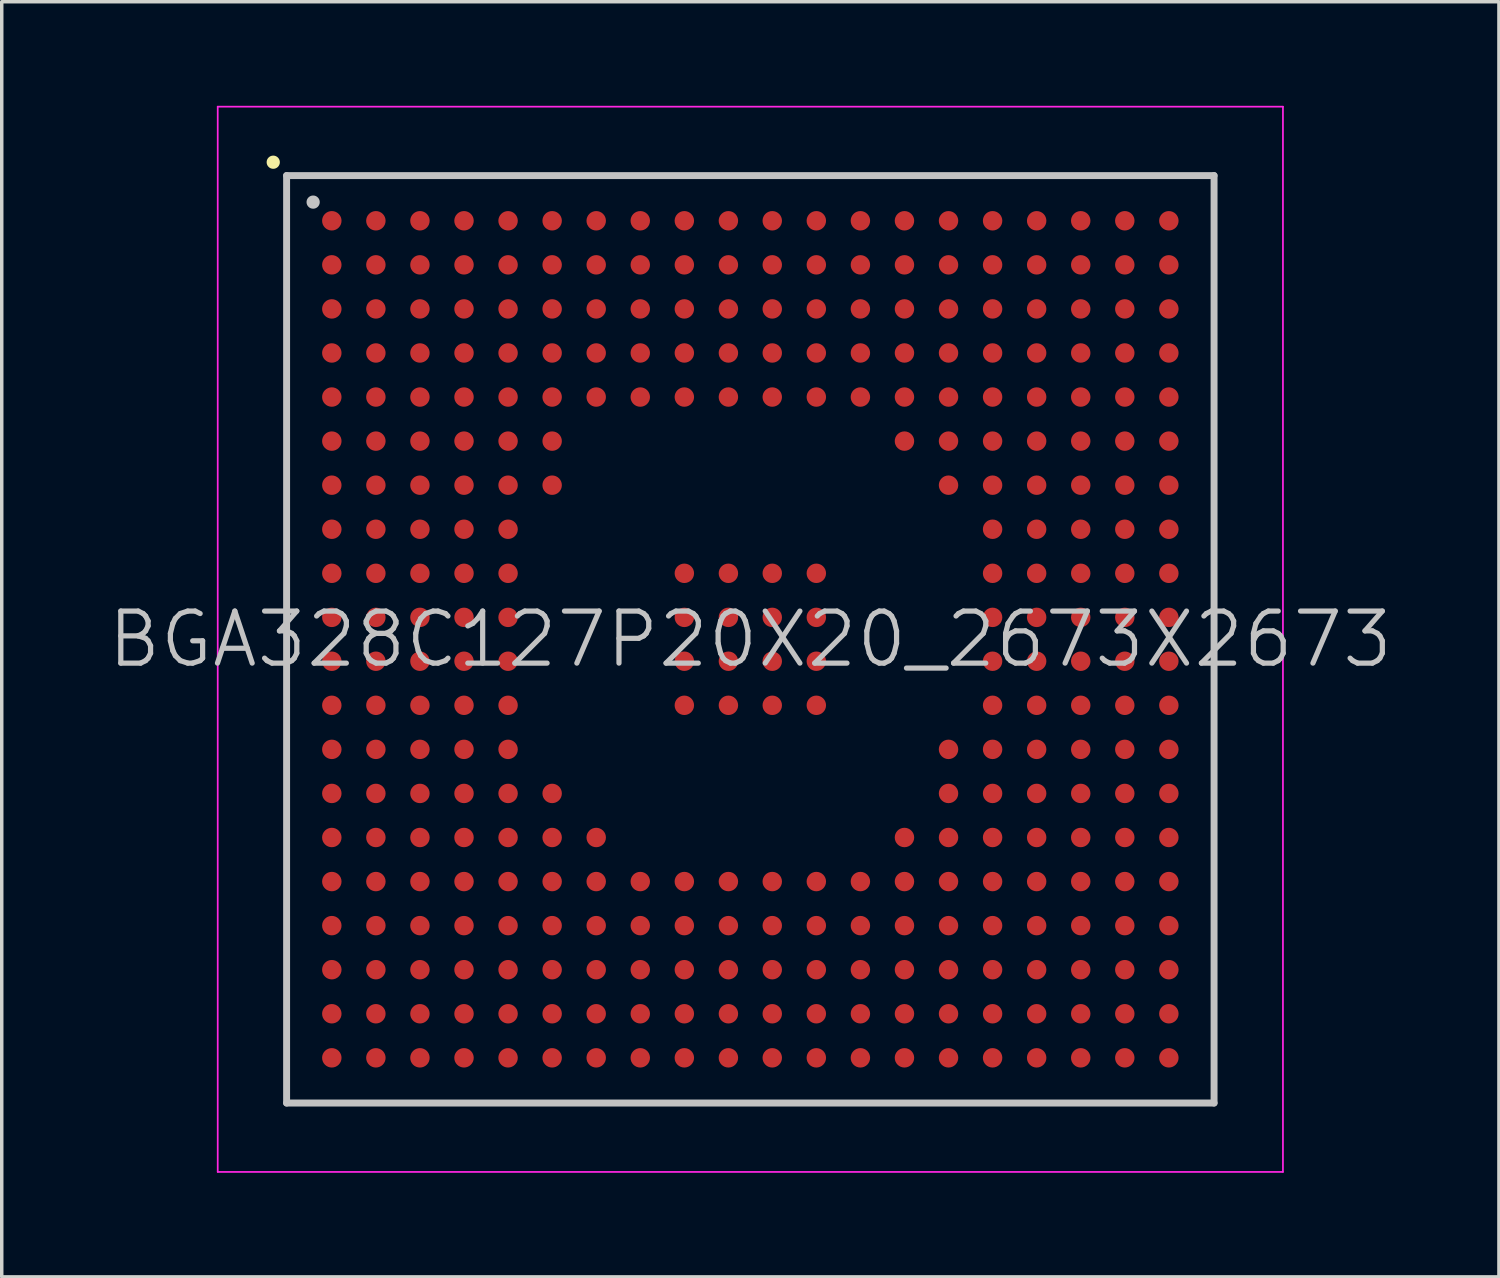
<source format=kicad_pcb>
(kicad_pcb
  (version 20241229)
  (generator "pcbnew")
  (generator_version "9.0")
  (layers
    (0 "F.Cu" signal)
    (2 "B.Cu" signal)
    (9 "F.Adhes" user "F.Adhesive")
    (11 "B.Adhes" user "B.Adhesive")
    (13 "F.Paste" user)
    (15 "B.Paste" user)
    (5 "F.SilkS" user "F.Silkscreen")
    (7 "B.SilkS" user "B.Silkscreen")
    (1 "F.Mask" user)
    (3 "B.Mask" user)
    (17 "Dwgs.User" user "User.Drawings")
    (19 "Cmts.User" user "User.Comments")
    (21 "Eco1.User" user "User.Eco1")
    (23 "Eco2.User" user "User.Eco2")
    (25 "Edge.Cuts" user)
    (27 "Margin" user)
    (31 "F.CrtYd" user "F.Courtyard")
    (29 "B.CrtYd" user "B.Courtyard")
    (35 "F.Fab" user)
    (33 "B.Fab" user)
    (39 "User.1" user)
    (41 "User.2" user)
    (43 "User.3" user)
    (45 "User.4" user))
  (footprint "BGA328C127P20X20_2673X2673"
    (layer "F.Cu")
    (at 18.575 15.375)
    (property "Reference" "BGA328C127P20X20_2673X2673" (at 0 0 0) (layer "Dwgs.User") (effects (font (size 1.5 1.5) (thickness 0.15))))
    (attr smd)
    (fp_line (start -13.75 -13.75) (end -13.75 -13.75) (stroke (width 0.381) (type solid)) (layer "F.SilkS"))
    (fp_line (start -13.365 -13.365) (end -13.365 13.365) (stroke (width 0.2) (type solid)) (layer "Dwgs.User"))
    (fp_line (start -13.365 -13.365) (end 13.365 -13.365) (stroke (width 0.2) (type solid)) (layer "Dwgs.User"))
    (fp_line (start -13.365 13.365) (end 13.365 13.365) (stroke (width 0.2) (type solid)) (layer "Dwgs.User"))
    (fp_line (start -12.6 -12.6) (end -12.6 -12.6) (stroke (width 0.381) (type solid)) (layer "Dwgs.User"))
    (fp_line (start 13.365 -13.365) (end 13.365 13.365) (stroke (width 0.2) (type solid)) (layer "Dwgs.User"))
    (fp_line (start -15.35 -15.35) (end -15.35 15.35) (stroke (width 0.05) (type solid)) (layer "F.CrtYd"))
    (fp_line (start -15.35 -15.35) (end 15.35 -15.35) (stroke (width 0.05) (type solid)) (layer "F.CrtYd"))
    (fp_line (start -15.35 15.35) (end 15.35 15.35) (stroke (width 0.05) (type solid)) (layer "F.CrtYd"))
    (fp_line (start 15.35 -15.35) (end 15.35 15.35) (stroke (width 0.05) (type solid)) (layer "F.CrtYd"))
    (pad "A1" smd circle (at -12.062 -12.062 270) (size 0.56 0.56) (layers "F.Cu" "F.Mask" "F.Paste"))
    (pad "A2" smd circle (at -10.792 -12.062 270) (size 0.56 0.56) (layers "F.Cu" "F.Mask" "F.Paste"))
    (pad "A3" smd circle (at -9.522 -12.062 270) (size 0.56 0.56) (layers "F.Cu" "F.Mask" "F.Paste"))
    (pad "A4" smd circle (at -8.252 -12.062 270) (size 0.56 0.56) (layers "F.Cu" "F.Mask" "F.Paste"))
    (pad "A5" smd circle (at -6.982 -12.062 270) (size 0.56 0.56) (layers "F.Cu" "F.Mask" "F.Paste"))
    (pad "A6" smd circle (at -5.712 -12.062 270) (size 0.56 0.56) (layers "F.Cu" "F.Mask" "F.Paste"))
    (pad "A7" smd circle (at -4.442 -12.062 270) (size 0.56 0.56) (layers "F.Cu" "F.Mask" "F.Paste"))
    (pad "A8" smd circle (at -3.172 -12.062 270) (size 0.56 0.56) (layers "F.Cu" "F.Mask" "F.Paste"))
    (pad "A9" smd circle (at -1.902 -12.062 270) (size 0.56 0.56) (layers "F.Cu" "F.Mask" "F.Paste"))
    (pad "A10" smd circle (at -0.632 -12.062 270) (size 0.56 0.56) (layers "F.Cu" "F.Mask" "F.Paste"))
    (pad "A11" smd circle (at 0.632 -12.062 270) (size 0.56 0.56) (layers "F.Cu" "F.Mask" "F.Paste"))
    (pad "A12" smd circle (at 1.902 -12.062 270) (size 0.56 0.56) (layers "F.Cu" "F.Mask" "F.Paste"))
    (pad "A13" smd circle (at 3.172 -12.062 270) (size 0.56 0.56) (layers "F.Cu" "F.Mask" "F.Paste"))
    (pad "A14" smd circle (at 4.442 -12.062 270) (size 0.56 0.56) (layers "F.Cu" "F.Mask" "F.Paste"))
    (pad "A15" smd circle (at 5.712 -12.062 270) (size 0.56 0.56) (layers "F.Cu" "F.Mask" "F.Paste"))
    (pad "A16" smd circle (at 6.982 -12.062 270) (size 0.56 0.56) (layers "F.Cu" "F.Mask" "F.Paste"))
    (pad "A17" smd circle (at 8.252 -12.062 270) (size 0.56 0.56) (layers "F.Cu" "F.Mask" "F.Paste"))
    (pad "A18" smd circle (at 9.522 -12.062 270) (size 0.56 0.56) (layers "F.Cu" "F.Mask" "F.Paste"))
    (pad "A19" smd circle (at 10.792 -12.062 270) (size 0.56 0.56) (layers "F.Cu" "F.Mask" "F.Paste"))
    (pad "A20" smd circle (at 12.062 -12.062 270) (size 0.56 0.56) (layers "F.Cu" "F.Mask" "F.Paste"))
    (pad "B1" smd circle (at -12.062 -10.792 270) (size 0.56 0.56) (layers "F.Cu" "F.Mask" "F.Paste"))
    (pad "B2" smd circle (at -10.792 -10.792 270) (size 0.56 0.56) (layers "F.Cu" "F.Mask" "F.Paste"))
    (pad "B3" smd circle (at -9.522 -10.792 270) (size 0.56 0.56) (layers "F.Cu" "F.Mask" "F.Paste"))
    (pad "B4" smd circle (at -8.252 -10.792 270) (size 0.56 0.56) (layers "F.Cu" "F.Mask" "F.Paste"))
    (pad "B5" smd circle (at -6.982 -10.792 270) (size 0.56 0.56) (layers "F.Cu" "F.Mask" "F.Paste"))
    (pad "B6" smd circle (at -5.712 -10.792 270) (size 0.56 0.56) (layers "F.Cu" "F.Mask" "F.Paste"))
    (pad "B7" smd circle (at -4.442 -10.792 270) (size 0.56 0.56) (layers "F.Cu" "F.Mask" "F.Paste"))
    (pad "B8" smd circle (at -3.172 -10.792 270) (size 0.56 0.56) (layers "F.Cu" "F.Mask" "F.Paste"))
    (pad "B9" smd circle (at -1.902 -10.792 270) (size 0.56 0.56) (layers "F.Cu" "F.Mask" "F.Paste"))
    (pad "B10" smd circle (at -0.632 -10.792 270) (size 0.56 0.56) (layers "F.Cu" "F.Mask" "F.Paste"))
    (pad "B11" smd circle (at 0.632 -10.792 270) (size 0.56 0.56) (layers "F.Cu" "F.Mask" "F.Paste"))
    (pad "B12" smd circle (at 1.902 -10.792 270) (size 0.56 0.56) (layers "F.Cu" "F.Mask" "F.Paste"))
    (pad "B13" smd circle (at 3.172 -10.792 270) (size 0.56 0.56) (layers "F.Cu" "F.Mask" "F.Paste"))
    (pad "B14" smd circle (at 4.442 -10.792 270) (size 0.56 0.56) (layers "F.Cu" "F.Mask" "F.Paste"))
    (pad "B15" smd circle (at 5.712 -10.792 270) (size 0.56 0.56) (layers "F.Cu" "F.Mask" "F.Paste"))
    (pad "B16" smd circle (at 6.982 -10.792 270) (size 0.56 0.56) (layers "F.Cu" "F.Mask" "F.Paste"))
    (pad "B17" smd circle (at 8.252 -10.792 270) (size 0.56 0.56) (layers "F.Cu" "F.Mask" "F.Paste"))
    (pad "B18" smd circle (at 9.522 -10.792 270) (size 0.56 0.56) (layers "F.Cu" "F.Mask" "F.Paste"))
    (pad "B19" smd circle (at 10.792 -10.792 270) (size 0.56 0.56) (layers "F.Cu" "F.Mask" "F.Paste"))
    (pad "B20" smd circle (at 12.062 -10.792 270) (size 0.56 0.56) (layers "F.Cu" "F.Mask" "F.Paste"))
    (pad "C1" smd circle (at -12.062 -9.522 270) (size 0.56 0.56) (layers "F.Cu" "F.Mask" "F.Paste"))
    (pad "C2" smd circle (at -10.792 -9.522 270) (size 0.56 0.56) (layers "F.Cu" "F.Mask" "F.Paste"))
    (pad "C3" smd circle (at -9.522 -9.522 270) (size 0.56 0.56) (layers "F.Cu" "F.Mask" "F.Paste"))
    (pad "C4" smd circle (at -8.252 -9.522 270) (size 0.56 0.56) (layers "F.Cu" "F.Mask" "F.Paste"))
    (pad "C5" smd circle (at -6.982 -9.522 270) (size 0.56 0.56) (layers "F.Cu" "F.Mask" "F.Paste"))
    (pad "C6" smd circle (at -5.712 -9.522 270) (size 0.56 0.56) (layers "F.Cu" "F.Mask" "F.Paste"))
    (pad "C7" smd circle (at -4.442 -9.522 270) (size 0.56 0.56) (layers "F.Cu" "F.Mask" "F.Paste"))
    (pad "C8" smd circle (at -3.172 -9.522 270) (size 0.56 0.56) (layers "F.Cu" "F.Mask" "F.Paste"))
    (pad "C9" smd circle (at -1.902 -9.522 270) (size 0.56 0.56) (layers "F.Cu" "F.Mask" "F.Paste"))
    (pad "C10" smd circle (at -0.632 -9.522 270) (size 0.56 0.56) (layers "F.Cu" "F.Mask" "F.Paste"))
    (pad "C11" smd circle (at 0.632 -9.522 270) (size 0.56 0.56) (layers "F.Cu" "F.Mask" "F.Paste"))
    (pad "C12" smd circle (at 1.902 -9.522 270) (size 0.56 0.56) (layers "F.Cu" "F.Mask" "F.Paste"))
    (pad "C13" smd circle (at 3.172 -9.522 270) (size 0.56 0.56) (layers "F.Cu" "F.Mask" "F.Paste"))
    (pad "C14" smd circle (at 4.442 -9.522 270) (size 0.56 0.56) (layers "F.Cu" "F.Mask" "F.Paste"))
    (pad "C15" smd circle (at 5.712 -9.522 270) (size 0.56 0.56) (layers "F.Cu" "F.Mask" "F.Paste"))
    (pad "C16" smd circle (at 6.982 -9.522 270) (size 0.56 0.56) (layers "F.Cu" "F.Mask" "F.Paste"))
    (pad "C17" smd circle (at 8.252 -9.522 270) (size 0.56 0.56) (layers "F.Cu" "F.Mask" "F.Paste"))
    (pad "C18" smd circle (at 9.522 -9.522 270) (size 0.56 0.56) (layers "F.Cu" "F.Mask" "F.Paste"))
    (pad "C19" smd circle (at 10.792 -9.522 270) (size 0.56 0.56) (layers "F.Cu" "F.Mask" "F.Paste"))
    (pad "C20" smd circle (at 12.062 -9.522 270) (size 0.56 0.56) (layers "F.Cu" "F.Mask" "F.Paste"))
    (pad "D1" smd circle (at -12.062 -8.252 270) (size 0.56 0.56) (layers "F.Cu" "F.Mask" "F.Paste"))
    (pad "D2" smd circle (at -10.792 -8.252 270) (size 0.56 0.56) (layers "F.Cu" "F.Mask" "F.Paste"))
    (pad "D3" smd circle (at -9.522 -8.252 270) (size 0.56 0.56) (layers "F.Cu" "F.Mask" "F.Paste"))
    (pad "D4" smd circle (at -8.252 -8.252 270) (size 0.56 0.56) (layers "F.Cu" "F.Mask" "F.Paste"))
    (pad "D5" smd circle (at -6.982 -8.252 270) (size 0.56 0.56) (layers "F.Cu" "F.Mask" "F.Paste"))
    (pad "D6" smd circle (at -5.712 -8.252 270) (size 0.56 0.56) (layers "F.Cu" "F.Mask" "F.Paste"))
    (pad "D7" smd circle (at -4.442 -8.252 270) (size 0.56 0.56) (layers "F.Cu" "F.Mask" "F.Paste"))
    (pad "D8" smd circle (at -3.172 -8.252 270) (size 0.56 0.56) (layers "F.Cu" "F.Mask" "F.Paste"))
    (pad "D9" smd circle (at -1.902 -8.252 270) (size 0.56 0.56) (layers "F.Cu" "F.Mask" "F.Paste"))
    (pad "D10" smd circle (at -0.632 -8.252 270) (size 0.56 0.56) (layers "F.Cu" "F.Mask" "F.Paste"))
    (pad "D11" smd circle (at 0.632 -8.252 270) (size 0.56 0.56) (layers "F.Cu" "F.Mask" "F.Paste"))
    (pad "D12" smd circle (at 1.902 -8.252 270) (size 0.56 0.56) (layers "F.Cu" "F.Mask" "F.Paste"))
    (pad "D13" smd circle (at 3.172 -8.252 270) (size 0.56 0.56) (layers "F.Cu" "F.Mask" "F.Paste"))
    (pad "D14" smd circle (at 4.442 -8.252 270) (size 0.56 0.56) (layers "F.Cu" "F.Mask" "F.Paste"))
    (pad "D15" smd circle (at 5.712 -8.252 270) (size 0.56 0.56) (layers "F.Cu" "F.Mask" "F.Paste"))
    (pad "D16" smd circle (at 6.982 -8.252 270) (size 0.56 0.56) (layers "F.Cu" "F.Mask" "F.Paste"))
    (pad "D17" smd circle (at 8.252 -8.252 270) (size 0.56 0.56) (layers "F.Cu" "F.Mask" "F.Paste"))
    (pad "D18" smd circle (at 9.522 -8.252 270) (size 0.56 0.56) (layers "F.Cu" "F.Mask" "F.Paste"))
    (pad "D19" smd circle (at 10.792 -8.252 270) (size 0.56 0.56) (layers "F.Cu" "F.Mask" "F.Paste"))
    (pad "D20" smd circle (at 12.062 -8.252 270) (size 0.56 0.56) (layers "F.Cu" "F.Mask" "F.Paste"))
    (pad "E1" smd circle (at -12.062 -6.982 270) (size 0.56 0.56) (layers "F.Cu" "F.Mask" "F.Paste"))
    (pad "E2" smd circle (at -10.792 -6.982 270) (size 0.56 0.56) (layers "F.Cu" "F.Mask" "F.Paste"))
    (pad "E3" smd circle (at -9.522 -6.982 270) (size 0.56 0.56) (layers "F.Cu" "F.Mask" "F.Paste"))
    (pad "E4" smd circle (at -8.252 -6.982 270) (size 0.56 0.56) (layers "F.Cu" "F.Mask" "F.Paste"))
    (pad "E5" smd circle (at -6.982 -6.982 270) (size 0.56 0.56) (layers "F.Cu" "F.Mask" "F.Paste"))
    (pad "E6" smd circle (at -5.712 -6.982 270) (size 0.56 0.56) (layers "F.Cu" "F.Mask" "F.Paste"))
    (pad "E7" smd circle (at -4.442 -6.982 270) (size 0.56 0.56) (layers "F.Cu" "F.Mask" "F.Paste"))
    (pad "E8" smd circle (at -3.172 -6.982 270) (size 0.56 0.56) (layers "F.Cu" "F.Mask" "F.Paste"))
    (pad "E9" smd circle (at -1.902 -6.982 270) (size 0.56 0.56) (layers "F.Cu" "F.Mask" "F.Paste"))
    (pad "E10" smd circle (at -0.632 -6.982 270) (size 0.56 0.56) (layers "F.Cu" "F.Mask" "F.Paste"))
    (pad "E11" smd circle (at 0.632 -6.982 270) (size 0.56 0.56) (layers "F.Cu" "F.Mask" "F.Paste"))
    (pad "E12" smd circle (at 1.902 -6.982 270) (size 0.56 0.56) (layers "F.Cu" "F.Mask" "F.Paste"))
    (pad "E13" smd circle (at 3.172 -6.982 270) (size 0.56 0.56) (layers "F.Cu" "F.Mask" "F.Paste"))
    (pad "E14" smd circle (at 4.442 -6.982 270) (size 0.56 0.56) (layers "F.Cu" "F.Mask" "F.Paste"))
    (pad "E15" smd circle (at 5.712 -6.982 270) (size 0.56 0.56) (layers "F.Cu" "F.Mask" "F.Paste"))
    (pad "E16" smd circle (at 6.982 -6.982 270) (size 0.56 0.56) (layers "F.Cu" "F.Mask" "F.Paste"))
    (pad "E17" smd circle (at 8.252 -6.982 270) (size 0.56 0.56) (layers "F.Cu" "F.Mask" "F.Paste"))
    (pad "E18" smd circle (at 9.522 -6.982 270) (size 0.56 0.56) (layers "F.Cu" "F.Mask" "F.Paste"))
    (pad "E19" smd circle (at 10.792 -6.982 270) (size 0.56 0.56) (layers "F.Cu" "F.Mask" "F.Paste"))
    (pad "E20" smd circle (at 12.062 -6.982 270) (size 0.56 0.56) (layers "F.Cu" "F.Mask" "F.Paste"))
    (pad "F1" smd circle (at -12.062 -5.712 270) (size 0.56 0.56) (layers "F.Cu" "F.Mask" "F.Paste"))
    (pad "F2" smd circle (at -10.792 -5.712 270) (size 0.56 0.56) (layers "F.Cu" "F.Mask" "F.Paste"))
    (pad "F3" smd circle (at -9.522 -5.712 270) (size 0.56 0.56) (layers "F.Cu" "F.Mask" "F.Paste"))
    (pad "F4" smd circle (at -8.252 -5.712 270) (size 0.56 0.56) (layers "F.Cu" "F.Mask" "F.Paste"))
    (pad "F5" smd circle (at -6.982 -5.712 270) (size 0.56 0.56) (layers "F.Cu" "F.Mask" "F.Paste"))
    (pad "F6" smd circle (at -5.712 -5.712 270) (size 0.56 0.56) (layers "F.Cu" "F.Mask" "F.Paste"))
    (pad "F14" smd circle (at 4.442 -5.712 270) (size 0.56 0.56) (layers "F.Cu" "F.Mask" "F.Paste"))
    (pad "F15" smd circle (at 5.712 -5.712 270) (size 0.56 0.56) (layers "F.Cu" "F.Mask" "F.Paste"))
    (pad "F16" smd circle (at 6.982 -5.712 270) (size 0.56 0.56) (layers "F.Cu" "F.Mask" "F.Paste"))
    (pad "F17" smd circle (at 8.252 -5.712 270) (size 0.56 0.56) (layers "F.Cu" "F.Mask" "F.Paste"))
    (pad "F18" smd circle (at 9.522 -5.712 270) (size 0.56 0.56) (layers "F.Cu" "F.Mask" "F.Paste"))
    (pad "F19" smd circle (at 10.792 -5.712 270) (size 0.56 0.56) (layers "F.Cu" "F.Mask" "F.Paste"))
    (pad "F20" smd circle (at 12.062 -5.712 270) (size 0.56 0.56) (layers "F.Cu" "F.Mask" "F.Paste"))
    (pad "G1" smd circle (at -12.062 -4.442 270) (size 0.56 0.56) (layers "F.Cu" "F.Mask" "F.Paste"))
    (pad "G2" smd circle (at -10.792 -4.442 270) (size 0.56 0.56) (layers "F.Cu" "F.Mask" "F.Paste"))
    (pad "G3" smd circle (at -9.522 -4.442 270) (size 0.56 0.56) (layers "F.Cu" "F.Mask" "F.Paste"))
    (pad "G4" smd circle (at -8.252 -4.442 270) (size 0.56 0.56) (layers "F.Cu" "F.Mask" "F.Paste"))
    (pad "G5" smd circle (at -6.982 -4.442 270) (size 0.56 0.56) (layers "F.Cu" "F.Mask" "F.Paste"))
    (pad "G6" smd circle (at -5.712 -4.442 270) (size 0.56 0.56) (layers "F.Cu" "F.Mask" "F.Paste"))
    (pad "G15" smd circle (at 5.712 -4.442 270) (size 0.56 0.56) (layers "F.Cu" "F.Mask" "F.Paste"))
    (pad "G16" smd circle (at 6.982 -4.442 270) (size 0.56 0.56) (layers "F.Cu" "F.Mask" "F.Paste"))
    (pad "G17" smd circle (at 8.252 -4.442 270) (size 0.56 0.56) (layers "F.Cu" "F.Mask" "F.Paste"))
    (pad "G18" smd circle (at 9.522 -4.442 270) (size 0.56 0.56) (layers "F.Cu" "F.Mask" "F.Paste"))
    (pad "G19" smd circle (at 10.792 -4.442 270) (size 0.56 0.56) (layers "F.Cu" "F.Mask" "F.Paste"))
    (pad "G20" smd circle (at 12.062 -4.442 270) (size 0.56 0.56) (layers "F.Cu" "F.Mask" "F.Paste"))
    (pad "H1" smd circle (at -12.062 -3.172 270) (size 0.56 0.56) (layers "F.Cu" "F.Mask" "F.Paste"))
    (pad "H2" smd circle (at -10.792 -3.172 270) (size 0.56 0.56) (layers "F.Cu" "F.Mask" "F.Paste"))
    (pad "H3" smd circle (at -9.522 -3.172 270) (size 0.56 0.56) (layers "F.Cu" "F.Mask" "F.Paste"))
    (pad "H4" smd circle (at -8.252 -3.172 270) (size 0.56 0.56) (layers "F.Cu" "F.Mask" "F.Paste"))
    (pad "H5" smd circle (at -6.982 -3.172 270) (size 0.56 0.56) (layers "F.Cu" "F.Mask" "F.Paste"))
    (pad "H16" smd circle (at 6.982 -3.172 270) (size 0.56 0.56) (layers "F.Cu" "F.Mask" "F.Paste"))
    (pad "H17" smd circle (at 8.252 -3.172 270) (size 0.56 0.56) (layers "F.Cu" "F.Mask" "F.Paste"))
    (pad "H18" smd circle (at 9.522 -3.172 270) (size 0.56 0.56) (layers "F.Cu" "F.Mask" "F.Paste"))
    (pad "H19" smd circle (at 10.792 -3.172 270) (size 0.56 0.56) (layers "F.Cu" "F.Mask" "F.Paste"))
    (pad "H20" smd circle (at 12.062 -3.172 270) (size 0.56 0.56) (layers "F.Cu" "F.Mask" "F.Paste"))
    (pad "J1" smd circle (at -12.062 -1.902 270) (size 0.56 0.56) (layers "F.Cu" "F.Mask" "F.Paste"))
    (pad "J2" smd circle (at -10.792 -1.902 270) (size 0.56 0.56) (layers "F.Cu" "F.Mask" "F.Paste"))
    (pad "J3" smd circle (at -9.522 -1.902 270) (size 0.56 0.56) (layers "F.Cu" "F.Mask" "F.Paste"))
    (pad "J4" smd circle (at -8.252 -1.902 270) (size 0.56 0.56) (layers "F.Cu" "F.Mask" "F.Paste"))
    (pad "J5" smd circle (at -6.982 -1.902 270) (size 0.56 0.56) (layers "F.Cu" "F.Mask" "F.Paste"))
    (pad "J9" smd circle (at -1.902 -1.902 270) (size 0.56 0.56) (layers "F.Cu" "F.Mask" "F.Paste"))
    (pad "J10" smd circle (at -0.632 -1.902 270) (size 0.56 0.56) (layers "F.Cu" "F.Mask" "F.Paste"))
    (pad "J11" smd circle (at 0.632 -1.902 270) (size 0.56 0.56) (layers "F.Cu" "F.Mask" "F.Paste"))
    (pad "J12" smd circle (at 1.902 -1.902 270) (size 0.56 0.56) (layers "F.Cu" "F.Mask" "F.Paste"))
    (pad "J16" smd circle (at 6.982 -1.902 270) (size 0.56 0.56) (layers "F.Cu" "F.Mask" "F.Paste"))
    (pad "J17" smd circle (at 8.252 -1.902 270) (size 0.56 0.56) (layers "F.Cu" "F.Mask" "F.Paste"))
    (pad "J18" smd circle (at 9.522 -1.902 270) (size 0.56 0.56) (layers "F.Cu" "F.Mask" "F.Paste"))
    (pad "J19" smd circle (at 10.792 -1.902 270) (size 0.56 0.56) (layers "F.Cu" "F.Mask" "F.Paste"))
    (pad "J20" smd circle (at 12.062 -1.902 270) (size 0.56 0.56) (layers "F.Cu" "F.Mask" "F.Paste"))
    (pad "K1" smd circle (at -12.062 -0.632 270) (size 0.56 0.56) (layers "F.Cu" "F.Mask" "F.Paste"))
    (pad "K2" smd circle (at -10.792 -0.632 270) (size 0.56 0.56) (layers "F.Cu" "F.Mask" "F.Paste"))
    (pad "K3" smd circle (at -9.522 -0.632 270) (size 0.56 0.56) (layers "F.Cu" "F.Mask" "F.Paste"))
    (pad "K4" smd circle (at -8.252 -0.632 270) (size 0.56 0.56) (layers "F.Cu" "F.Mask" "F.Paste"))
    (pad "K5" smd circle (at -6.982 -0.632 270) (size 0.56 0.56) (layers "F.Cu" "F.Mask" "F.Paste"))
    (pad "K9" smd circle (at -1.902 -0.632 270) (size 0.56 0.56) (layers "F.Cu" "F.Mask" "F.Paste"))
    (pad "K10" smd circle (at -0.632 -0.632 270) (size 0.56 0.56) (layers "F.Cu" "F.Mask" "F.Paste"))
    (pad "K11" smd circle (at 0.632 -0.632 270) (size 0.56 0.56) (layers "F.Cu" "F.Mask" "F.Paste"))
    (pad "K12" smd circle (at 1.902 -0.632 270) (size 0.56 0.56) (layers "F.Cu" "F.Mask" "F.Paste"))
    (pad "K16" smd circle (at 6.982 -0.632 270) (size 0.56 0.56) (layers "F.Cu" "F.Mask" "F.Paste"))
    (pad "K17" smd circle (at 8.252 -0.632 270) (size 0.56 0.56) (layers "F.Cu" "F.Mask" "F.Paste"))
    (pad "K18" smd circle (at 9.522 -0.632 270) (size 0.56 0.56) (layers "F.Cu" "F.Mask" "F.Paste"))
    (pad "K19" smd circle (at 10.792 -0.632 270) (size 0.56 0.56) (layers "F.Cu" "F.Mask" "F.Paste"))
    (pad "K20" smd circle (at 12.062 -0.632 270) (size 0.56 0.56) (layers "F.Cu" "F.Mask" "F.Paste"))
    (pad "L1" smd circle (at -12.062 0.632 270) (size 0.56 0.56) (layers "F.Cu" "F.Mask" "F.Paste"))
    (pad "L2" smd circle (at -10.792 0.632 270) (size 0.56 0.56) (layers "F.Cu" "F.Mask" "F.Paste"))
    (pad "L3" smd circle (at -9.522 0.632 270) (size 0.56 0.56) (layers "F.Cu" "F.Mask" "F.Paste"))
    (pad "L4" smd circle (at -8.252 0.632 270) (size 0.56 0.56) (layers "F.Cu" "F.Mask" "F.Paste"))
    (pad "L5" smd circle (at -6.982 0.632 270) (size 0.56 0.56) (layers "F.Cu" "F.Mask" "F.Paste"))
    (pad "L9" smd circle (at -1.902 0.632 270) (size 0.56 0.56) (layers "F.Cu" "F.Mask" "F.Paste"))
    (pad "L10" smd circle (at -0.632 0.632 270) (size 0.56 0.56) (layers "F.Cu" "F.Mask" "F.Paste"))
    (pad "L11" smd circle (at 0.632 0.632 270) (size 0.56 0.56) (layers "F.Cu" "F.Mask" "F.Paste"))
    (pad "L12" smd circle (at 1.902 0.632 270) (size 0.56 0.56) (layers "F.Cu" "F.Mask" "F.Paste"))
    (pad "L16" smd circle (at 6.982 0.632 270) (size 0.56 0.56) (layers "F.Cu" "F.Mask" "F.Paste"))
    (pad "L17" smd circle (at 8.252 0.632 270) (size 0.56 0.56) (layers "F.Cu" "F.Mask" "F.Paste"))
    (pad "L18" smd circle (at 9.522 0.632 270) (size 0.56 0.56) (layers "F.Cu" "F.Mask" "F.Paste"))
    (pad "L19" smd circle (at 10.792 0.632 270) (size 0.56 0.56) (layers "F.Cu" "F.Mask" "F.Paste"))
    (pad "L20" smd circle (at 12.062 0.632 270) (size 0.56 0.56) (layers "F.Cu" "F.Mask" "F.Paste"))
    (pad "M1" smd circle (at -12.062 1.902 270) (size 0.56 0.56) (layers "F.Cu" "F.Mask" "F.Paste"))
    (pad "M2" smd circle (at -10.792 1.902 270) (size 0.56 0.56) (layers "F.Cu" "F.Mask" "F.Paste"))
    (pad "M3" smd circle (at -9.522 1.902 270) (size 0.56 0.56) (layers "F.Cu" "F.Mask" "F.Paste"))
    (pad "M4" smd circle (at -8.252 1.902 270) (size 0.56 0.56) (layers "F.Cu" "F.Mask" "F.Paste"))
    (pad "M5" smd circle (at -6.982 1.902 270) (size 0.56 0.56) (layers "F.Cu" "F.Mask" "F.Paste"))
    (pad "M9" smd circle (at -1.902 1.902 270) (size 0.56 0.56) (layers "F.Cu" "F.Mask" "F.Paste"))
    (pad "M10" smd circle (at -0.632 1.902 270) (size 0.56 0.56) (layers "F.Cu" "F.Mask" "F.Paste"))
    (pad "M11" smd circle (at 0.632 1.902 270) (size 0.56 0.56) (layers "F.Cu" "F.Mask" "F.Paste"))
    (pad "M12" smd circle (at 1.902 1.902 270) (size 0.56 0.56) (layers "F.Cu" "F.Mask" "F.Paste"))
    (pad "M16" smd circle (at 6.982 1.902 270) (size 0.56 0.56) (layers "F.Cu" "F.Mask" "F.Paste"))
    (pad "M17" smd circle (at 8.252 1.902 270) (size 0.56 0.56) (layers "F.Cu" "F.Mask" "F.Paste"))
    (pad "M18" smd circle (at 9.522 1.902 270) (size 0.56 0.56) (layers "F.Cu" "F.Mask" "F.Paste"))
    (pad "M19" smd circle (at 10.792 1.902 270) (size 0.56 0.56) (layers "F.Cu" "F.Mask" "F.Paste"))
    (pad "M20" smd circle (at 12.062 1.902 270) (size 0.56 0.56) (layers "F.Cu" "F.Mask" "F.Paste"))
    (pad "N1" smd circle (at -12.062 3.172 270) (size 0.56 0.56) (layers "F.Cu" "F.Mask" "F.Paste"))
    (pad "N2" smd circle (at -10.792 3.172 270) (size 0.56 0.56) (layers "F.Cu" "F.Mask" "F.Paste"))
    (pad "N3" smd circle (at -9.522 3.172 270) (size 0.56 0.56) (layers "F.Cu" "F.Mask" "F.Paste"))
    (pad "N4" smd circle (at -8.252 3.172 270) (size 0.56 0.56) (layers "F.Cu" "F.Mask" "F.Paste"))
    (pad "N5" smd circle (at -6.982 3.172 270) (size 0.56 0.56) (layers "F.Cu" "F.Mask" "F.Paste"))
    (pad "N15" smd circle (at 5.712 3.172 270) (size 0.56 0.56) (layers "F.Cu" "F.Mask" "F.Paste"))
    (pad "N16" smd circle (at 6.982 3.172 270) (size 0.56 0.56) (layers "F.Cu" "F.Mask" "F.Paste"))
    (pad "N17" smd circle (at 8.252 3.172 270) (size 0.56 0.56) (layers "F.Cu" "F.Mask" "F.Paste"))
    (pad "N18" smd circle (at 9.522 3.172 270) (size 0.56 0.56) (layers "F.Cu" "F.Mask" "F.Paste"))
    (pad "N19" smd circle (at 10.792 3.172 270) (size 0.56 0.56) (layers "F.Cu" "F.Mask" "F.Paste"))
    (pad "N20" smd circle (at 12.062 3.172 270) (size 0.56 0.56) (layers "F.Cu" "F.Mask" "F.Paste"))
    (pad "P1" smd circle (at -12.062 4.442 270) (size 0.56 0.56) (layers "F.Cu" "F.Mask" "F.Paste"))
    (pad "P2" smd circle (at -10.792 4.442 270) (size 0.56 0.56) (layers "F.Cu" "F.Mask" "F.Paste"))
    (pad "P3" smd circle (at -9.522 4.442 270) (size 0.56 0.56) (layers "F.Cu" "F.Mask" "F.Paste"))
    (pad "P4" smd circle (at -8.252 4.442 270) (size 0.56 0.56) (layers "F.Cu" "F.Mask" "F.Paste"))
    (pad "P5" smd circle (at -6.982 4.442 270) (size 0.56 0.56) (layers "F.Cu" "F.Mask" "F.Paste"))
    (pad "P6" smd circle (at -5.712 4.442 270) (size 0.56 0.56) (layers "F.Cu" "F.Mask" "F.Paste"))
    (pad "P15" smd circle (at 5.712 4.442 270) (size 0.56 0.56) (layers "F.Cu" "F.Mask" "F.Paste"))
    (pad "P16" smd circle (at 6.982 4.442 270) (size 0.56 0.56) (layers "F.Cu" "F.Mask" "F.Paste"))
    (pad "P17" smd circle (at 8.252 4.442 270) (size 0.56 0.56) (layers "F.Cu" "F.Mask" "F.Paste"))
    (pad "P18" smd circle (at 9.522 4.442 270) (size 0.56 0.56) (layers "F.Cu" "F.Mask" "F.Paste"))
    (pad "P19" smd circle (at 10.792 4.442 270) (size 0.56 0.56) (layers "F.Cu" "F.Mask" "F.Paste"))
    (pad "P20" smd circle (at 12.062 4.442 270) (size 0.56 0.56) (layers "F.Cu" "F.Mask" "F.Paste"))
    (pad "R1" smd circle (at -12.062 5.712 270) (size 0.56 0.56) (layers "F.Cu" "F.Mask" "F.Paste"))
    (pad "R2" smd circle (at -10.792 5.712 270) (size 0.56 0.56) (layers "F.Cu" "F.Mask" "F.Paste"))
    (pad "R3" smd circle (at -9.522 5.712 270) (size 0.56 0.56) (layers "F.Cu" "F.Mask" "F.Paste"))
    (pad "R4" smd circle (at -8.252 5.712 270) (size 0.56 0.56) (layers "F.Cu" "F.Mask" "F.Paste"))
    (pad "R5" smd circle (at -6.982 5.712 270) (size 0.56 0.56) (layers "F.Cu" "F.Mask" "F.Paste"))
    (pad "R6" smd circle (at -5.712 5.712 270) (size 0.56 0.56) (layers "F.Cu" "F.Mask" "F.Paste"))
    (pad "R7" smd circle (at -4.442 5.712 270) (size 0.56 0.56) (layers "F.Cu" "F.Mask" "F.Paste"))
    (pad "R14" smd circle (at 4.442 5.712 270) (size 0.56 0.56) (layers "F.Cu" "F.Mask" "F.Paste"))
    (pad "R15" smd circle (at 5.712 5.712 270) (size 0.56 0.56) (layers "F.Cu" "F.Mask" "F.Paste"))
    (pad "R16" smd circle (at 6.982 5.712 270) (size 0.56 0.56) (layers "F.Cu" "F.Mask" "F.Paste"))
    (pad "R17" smd circle (at 8.252 5.712 270) (size 0.56 0.56) (layers "F.Cu" "F.Mask" "F.Paste"))
    (pad "R18" smd circle (at 9.522 5.712 270) (size 0.56 0.56) (layers "F.Cu" "F.Mask" "F.Paste"))
    (pad "R19" smd circle (at 10.792 5.712 270) (size 0.56 0.56) (layers "F.Cu" "F.Mask" "F.Paste"))
    (pad "R20" smd circle (at 12.062 5.712 270) (size 0.56 0.56) (layers "F.Cu" "F.Mask" "F.Paste"))
    (pad "T1" smd circle (at -12.062 6.982 270) (size 0.56 0.56) (layers "F.Cu" "F.Mask" "F.Paste"))
    (pad "T2" smd circle (at -10.792 6.982 270) (size 0.56 0.56) (layers "F.Cu" "F.Mask" "F.Paste"))
    (pad "T3" smd circle (at -9.522 6.982 270) (size 0.56 0.56) (layers "F.Cu" "F.Mask" "F.Paste"))
    (pad "T4" smd circle (at -8.252 6.982 270) (size 0.56 0.56) (layers "F.Cu" "F.Mask" "F.Paste"))
    (pad "T5" smd circle (at -6.982 6.982 270) (size 0.56 0.56) (layers "F.Cu" "F.Mask" "F.Paste"))
    (pad "T6" smd circle (at -5.712 6.982 270) (size 0.56 0.56) (layers "F.Cu" "F.Mask" "F.Paste"))
    (pad "T7" smd circle (at -4.442 6.982 270) (size 0.56 0.56) (layers "F.Cu" "F.Mask" "F.Paste"))
    (pad "T8" smd circle (at -3.172 6.982 270) (size 0.56 0.56) (layers "F.Cu" "F.Mask" "F.Paste"))
    (pad "T9" smd circle (at -1.902 6.982 270) (size 0.56 0.56) (layers "F.Cu" "F.Mask" "F.Paste"))
    (pad "T10" smd circle (at -0.632 6.982 270) (size 0.56 0.56) (layers "F.Cu" "F.Mask" "F.Paste"))
    (pad "T11" smd circle (at 0.632 6.982 270) (size 0.56 0.56) (layers "F.Cu" "F.Mask" "F.Paste"))
    (pad "T12" smd circle (at 1.902 6.982 270) (size 0.56 0.56) (layers "F.Cu" "F.Mask" "F.Paste"))
    (pad "T13" smd circle (at 3.172 6.982 270) (size 0.56 0.56) (layers "F.Cu" "F.Mask" "F.Paste"))
    (pad "T14" smd circle (at 4.442 6.982 270) (size 0.56 0.56) (layers "F.Cu" "F.Mask" "F.Paste"))
    (pad "T15" smd circle (at 5.712 6.982 270) (size 0.56 0.56) (layers "F.Cu" "F.Mask" "F.Paste"))
    (pad "T16" smd circle (at 6.982 6.982 270) (size 0.56 0.56) (layers "F.Cu" "F.Mask" "F.Paste"))
    (pad "T17" smd circle (at 8.252 6.982 270) (size 0.56 0.56) (layers "F.Cu" "F.Mask" "F.Paste"))
    (pad "T18" smd circle (at 9.522 6.982 270) (size 0.56 0.56) (layers "F.Cu" "F.Mask" "F.Paste"))
    (pad "T19" smd circle (at 10.792 6.982 270) (size 0.56 0.56) (layers "F.Cu" "F.Mask" "F.Paste"))
    (pad "T20" smd circle (at 12.062 6.982 270) (size 0.56 0.56) (layers "F.Cu" "F.Mask" "F.Paste"))
    (pad "U1" smd circle (at -12.062 8.252 270) (size 0.56 0.56) (layers "F.Cu" "F.Mask" "F.Paste"))
    (pad "U2" smd circle (at -10.792 8.252 270) (size 0.56 0.56) (layers "F.Cu" "F.Mask" "F.Paste"))
    (pad "U3" smd circle (at -9.522 8.252 270) (size 0.56 0.56) (layers "F.Cu" "F.Mask" "F.Paste"))
    (pad "U4" smd circle (at -8.252 8.252 270) (size 0.56 0.56) (layers "F.Cu" "F.Mask" "F.Paste"))
    (pad "U5" smd circle (at -6.982 8.252 270) (size 0.56 0.56) (layers "F.Cu" "F.Mask" "F.Paste"))
    (pad "U6" smd circle (at -5.712 8.252 270) (size 0.56 0.56) (layers "F.Cu" "F.Mask" "F.Paste"))
    (pad "U7" smd circle (at -4.442 8.252 270) (size 0.56 0.56) (layers "F.Cu" "F.Mask" "F.Paste"))
    (pad "U8" smd circle (at -3.172 8.252 270) (size 0.56 0.56) (layers "F.Cu" "F.Mask" "F.Paste"))
    (pad "U9" smd circle (at -1.902 8.252 270) (size 0.56 0.56) (layers "F.Cu" "F.Mask" "F.Paste"))
    (pad "U10" smd circle (at -0.632 8.252 270) (size 0.56 0.56) (layers "F.Cu" "F.Mask" "F.Paste"))
    (pad "U11" smd circle (at 0.632 8.252 270) (size 0.56 0.56) (layers "F.Cu" "F.Mask" "F.Paste"))
    (pad "U12" smd circle (at 1.902 8.252 270) (size 0.56 0.56) (layers "F.Cu" "F.Mask" "F.Paste"))
    (pad "U13" smd circle (at 3.172 8.252 270) (size 0.56 0.56) (layers "F.Cu" "F.Mask" "F.Paste"))
    (pad "U14" smd circle (at 4.442 8.252 270) (size 0.56 0.56) (layers "F.Cu" "F.Mask" "F.Paste"))
    (pad "U15" smd circle (at 5.712 8.252 270) (size 0.56 0.56) (layers "F.Cu" "F.Mask" "F.Paste"))
    (pad "U16" smd circle (at 6.982 8.252 270) (size 0.56 0.56) (layers "F.Cu" "F.Mask" "F.Paste"))
    (pad "U17" smd circle (at 8.252 8.252 270) (size 0.56 0.56) (layers "F.Cu" "F.Mask" "F.Paste"))
    (pad "U18" smd circle (at 9.522 8.252 270) (size 0.56 0.56) (layers "F.Cu" "F.Mask" "F.Paste"))
    (pad "U19" smd circle (at 10.792 8.252 270) (size 0.56 0.56) (layers "F.Cu" "F.Mask" "F.Paste"))
    (pad "U20" smd circle (at 12.062 8.252 270) (size 0.56 0.56) (layers "F.Cu" "F.Mask" "F.Paste"))
    (pad "V1" smd circle (at -12.062 9.522 270) (size 0.56 0.56) (layers "F.Cu" "F.Mask" "F.Paste"))
    (pad "V2" smd circle (at -10.792 9.522 270) (size 0.56 0.56) (layers "F.Cu" "F.Mask" "F.Paste"))
    (pad "V3" smd circle (at -9.522 9.522 270) (size 0.56 0.56) (layers "F.Cu" "F.Mask" "F.Paste"))
    (pad "V4" smd circle (at -8.252 9.522 270) (size 0.56 0.56) (layers "F.Cu" "F.Mask" "F.Paste"))
    (pad "V5" smd circle (at -6.982 9.522 270) (size 0.56 0.56) (layers "F.Cu" "F.Mask" "F.Paste"))
    (pad "V6" smd circle (at -5.712 9.522 270) (size 0.56 0.56) (layers "F.Cu" "F.Mask" "F.Paste"))
    (pad "V7" smd circle (at -4.442 9.522 270) (size 0.56 0.56) (layers "F.Cu" "F.Mask" "F.Paste"))
    (pad "V8" smd circle (at -3.172 9.522 270) (size 0.56 0.56) (layers "F.Cu" "F.Mask" "F.Paste"))
    (pad "V9" smd circle (at -1.902 9.522 270) (size 0.56 0.56) (layers "F.Cu" "F.Mask" "F.Paste"))
    (pad "V10" smd circle (at -0.632 9.522 270) (size 0.56 0.56) (layers "F.Cu" "F.Mask" "F.Paste"))
    (pad "V11" smd circle (at 0.632 9.522 270) (size 0.56 0.56) (layers "F.Cu" "F.Mask" "F.Paste"))
    (pad "V12" smd circle (at 1.902 9.522 270) (size 0.56 0.56) (layers "F.Cu" "F.Mask" "F.Paste"))
    (pad "V13" smd circle (at 3.172 9.522 270) (size 0.56 0.56) (layers "F.Cu" "F.Mask" "F.Paste"))
    (pad "V14" smd circle (at 4.442 9.522 270) (size 0.56 0.56) (layers "F.Cu" "F.Mask" "F.Paste"))
    (pad "V15" smd circle (at 5.712 9.522 270) (size 0.56 0.56) (layers "F.Cu" "F.Mask" "F.Paste"))
    (pad "V16" smd circle (at 6.982 9.522 270) (size 0.56 0.56) (layers "F.Cu" "F.Mask" "F.Paste"))
    (pad "V17" smd circle (at 8.252 9.522 270) (size 0.56 0.56) (layers "F.Cu" "F.Mask" "F.Paste"))
    (pad "V18" smd circle (at 9.522 9.522 270) (size 0.56 0.56) (layers "F.Cu" "F.Mask" "F.Paste"))
    (pad "V19" smd circle (at 10.792 9.522 270) (size 0.56 0.56) (layers "F.Cu" "F.Mask" "F.Paste"))
    (pad "V20" smd circle (at 12.062 9.522 270) (size 0.56 0.56) (layers "F.Cu" "F.Mask" "F.Paste"))
    (pad "W1" smd circle (at -12.062 10.792 270) (size 0.56 0.56) (layers "F.Cu" "F.Mask" "F.Paste"))
    (pad "W2" smd circle (at -10.792 10.792 270) (size 0.56 0.56) (layers "F.Cu" "F.Mask" "F.Paste"))
    (pad "W3" smd circle (at -9.522 10.792 270) (size 0.56 0.56) (layers "F.Cu" "F.Mask" "F.Paste"))
    (pad "W4" smd circle (at -8.252 10.792 270) (size 0.56 0.56) (layers "F.Cu" "F.Mask" "F.Paste"))
    (pad "W5" smd circle (at -6.982 10.792 270) (size 0.56 0.56) (layers "F.Cu" "F.Mask" "F.Paste"))
    (pad "W6" smd circle (at -5.712 10.792 270) (size 0.56 0.56) (layers "F.Cu" "F.Mask" "F.Paste"))
    (pad "W7" smd circle (at -4.442 10.792 270) (size 0.56 0.56) (layers "F.Cu" "F.Mask" "F.Paste"))
    (pad "W8" smd circle (at -3.172 10.792 270) (size 0.56 0.56) (layers "F.Cu" "F.Mask" "F.Paste"))
    (pad "W9" smd circle (at -1.902 10.792 270) (size 0.56 0.56) (layers "F.Cu" "F.Mask" "F.Paste"))
    (pad "W10" smd circle (at -0.632 10.792 270) (size 0.56 0.56) (layers "F.Cu" "F.Mask" "F.Paste"))
    (pad "W11" smd circle (at 0.632 10.792 270) (size 0.56 0.56) (layers "F.Cu" "F.Mask" "F.Paste"))
    (pad "W12" smd circle (at 1.902 10.792 270) (size 0.56 0.56) (layers "F.Cu" "F.Mask" "F.Paste"))
    (pad "W13" smd circle (at 3.172 10.792 270) (size 0.56 0.56) (layers "F.Cu" "F.Mask" "F.Paste"))
    (pad "W14" smd circle (at 4.442 10.792 270) (size 0.56 0.56) (layers "F.Cu" "F.Mask" "F.Paste"))
    (pad "W15" smd circle (at 5.712 10.792 270) (size 0.56 0.56) (layers "F.Cu" "F.Mask" "F.Paste"))
    (pad "W16" smd circle (at 6.982 10.792 270) (size 0.56 0.56) (layers "F.Cu" "F.Mask" "F.Paste"))
    (pad "W17" smd circle (at 8.252 10.792 270) (size 0.56 0.56) (layers "F.Cu" "F.Mask" "F.Paste"))
    (pad "W18" smd circle (at 9.522 10.792 270) (size 0.56 0.56) (layers "F.Cu" "F.Mask" "F.Paste"))
    (pad "W19" smd circle (at 10.792 10.792 270) (size 0.56 0.56) (layers "F.Cu" "F.Mask" "F.Paste"))
    (pad "W20" smd circle (at 12.062 10.792 270) (size 0.56 0.56) (layers "F.Cu" "F.Mask" "F.Paste"))
    (pad "Y1" smd circle (at -12.062 12.062 270) (size 0.56 0.56) (layers "F.Cu" "F.Mask" "F.Paste"))
    (pad "Y2" smd circle (at -10.792 12.062 270) (size 0.56 0.56) (layers "F.Cu" "F.Mask" "F.Paste"))
    (pad "Y3" smd circle (at -9.522 12.062 270) (size 0.56 0.56) (layers "F.Cu" "F.Mask" "F.Paste"))
    (pad "Y4" smd circle (at -8.252 12.062 270) (size 0.56 0.56) (layers "F.Cu" "F.Mask" "F.Paste"))
    (pad "Y5" smd circle (at -6.982 12.062 270) (size 0.56 0.56) (layers "F.Cu" "F.Mask" "F.Paste"))
    (pad "Y6" smd circle (at -5.712 12.062 270) (size 0.56 0.56) (layers "F.Cu" "F.Mask" "F.Paste"))
    (pad "Y7" smd circle (at -4.442 12.062 270) (size 0.56 0.56) (layers "F.Cu" "F.Mask" "F.Paste"))
    (pad "Y8" smd circle (at -3.172 12.062 270) (size 0.56 0.56) (layers "F.Cu" "F.Mask" "F.Paste"))
    (pad "Y9" smd circle (at -1.902 12.062 270) (size 0.56 0.56) (layers "F.Cu" "F.Mask" "F.Paste"))
    (pad "Y10" smd circle (at -0.632 12.062 270) (size 0.56 0.56) (layers "F.Cu" "F.Mask" "F.Paste"))
    (pad "Y11" smd circle (at 0.632 12.062 270) (size 0.56 0.56) (layers "F.Cu" "F.Mask" "F.Paste"))
    (pad "Y12" smd circle (at 1.902 12.062 270) (size 0.56 0.56) (layers "F.Cu" "F.Mask" "F.Paste"))
    (pad "Y13" smd circle (at 3.172 12.062 270) (size 0.56 0.56) (layers "F.Cu" "F.Mask" "F.Paste"))
    (pad "Y14" smd circle (at 4.442 12.062 270) (size 0.56 0.56) (layers "F.Cu" "F.Mask" "F.Paste"))
    (pad "Y15" smd circle (at 5.712 12.062 270) (size 0.56 0.56) (layers "F.Cu" "F.Mask" "F.Paste"))
    (pad "Y16" smd circle (at 6.982 12.062 270) (size 0.56 0.56) (layers "F.Cu" "F.Mask" "F.Paste"))
    (pad "Y17" smd circle (at 8.252 12.062 270) (size 0.56 0.56) (layers "F.Cu" "F.Mask" "F.Paste"))
    (pad "Y18" smd circle (at 9.522 12.062 270) (size 0.56 0.56) (layers "F.Cu" "F.Mask" "F.Paste"))
    (pad "Y19" smd circle (at 10.792 12.062 270) (size 0.56 0.56) (layers "F.Cu" "F.Mask" "F.Paste"))
    (pad "Y20" smd circle (at 12.062 12.062 270) (size 0.56 0.56) (layers "F.Cu" "F.Mask" "F.Paste")))
  (gr_rect
    (start -3 -3)
    (end 40.15 33.75)
    (stroke (width 0.1) (type default))
    (fill no)
    (layer "Edge.Cuts")))
</source>
